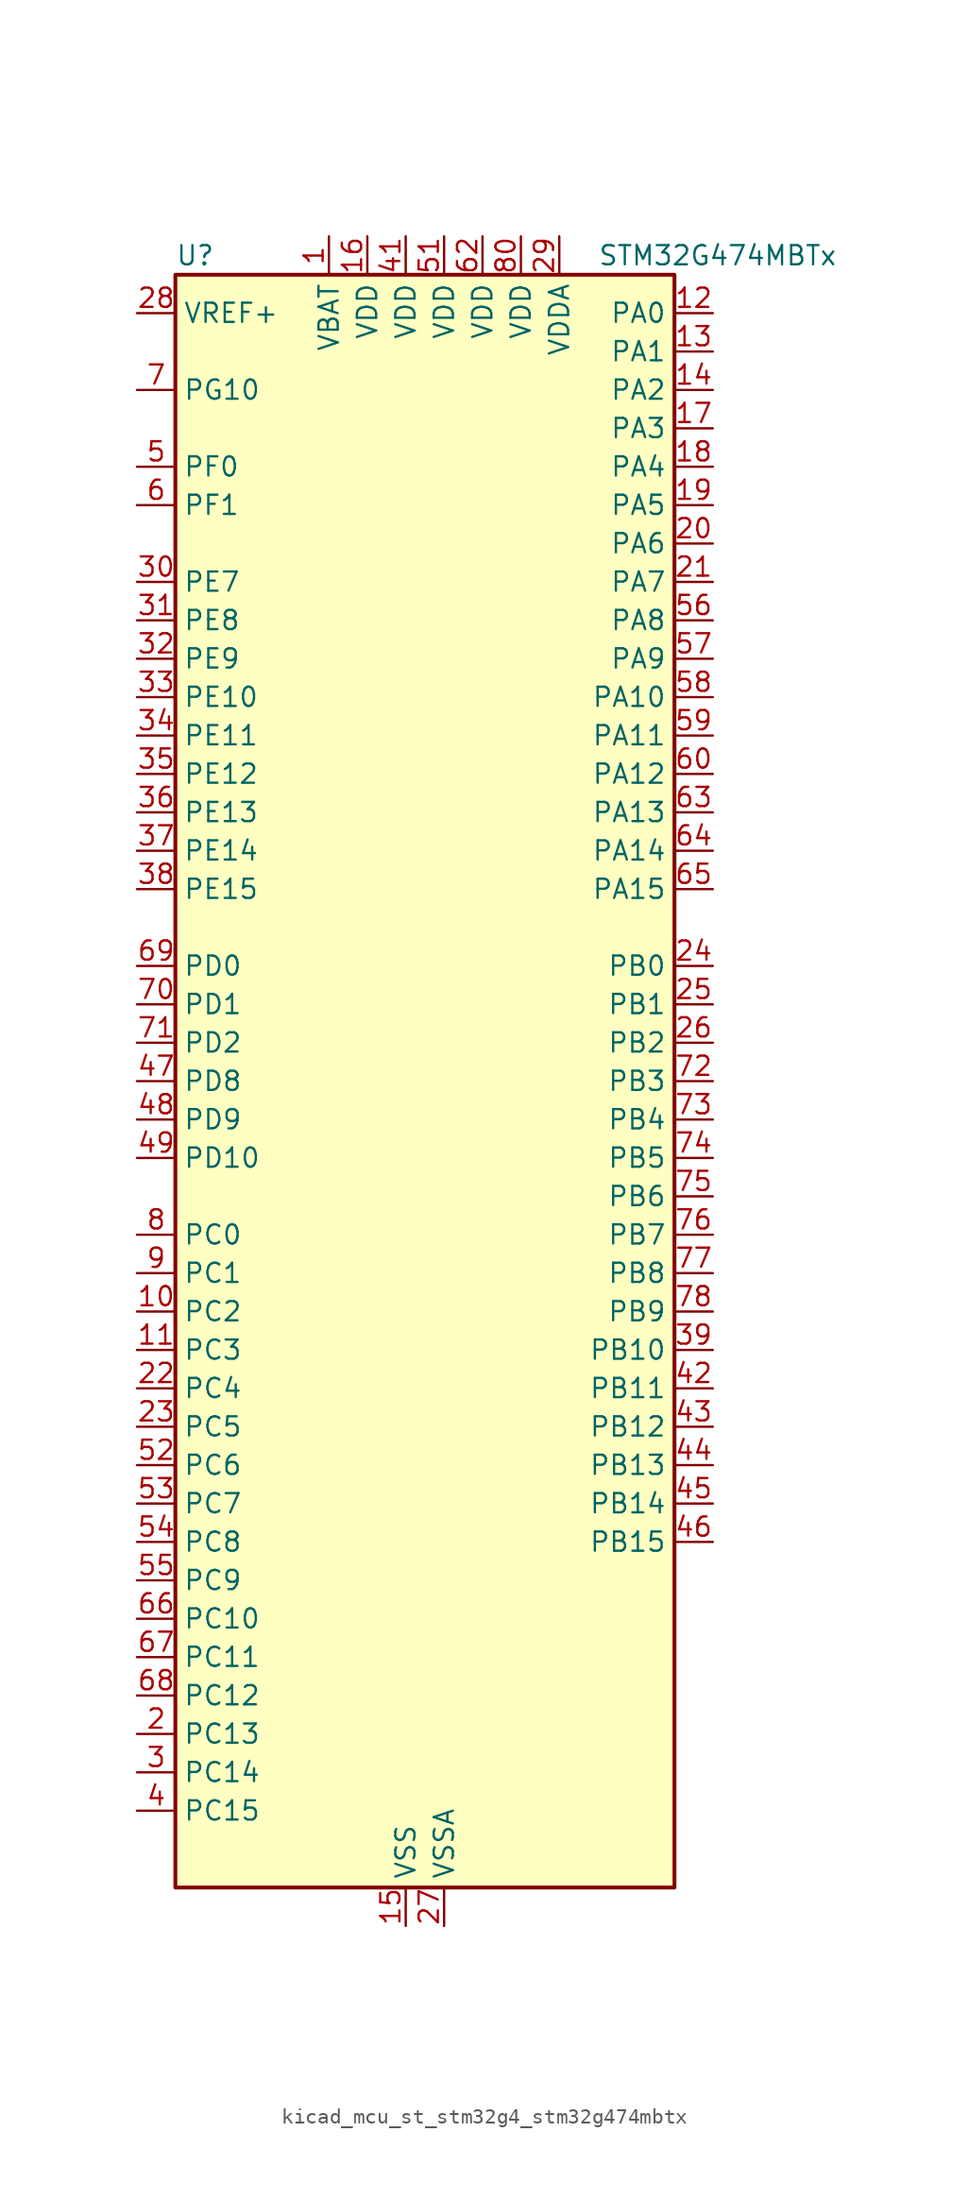
<source format=kicad_sym>
(kicad_symbol_lib
  (version 20220914)
  (generator kicad_symbol_editor)
  (symbol "kicad_mcu_st_stm32g4_stm32g474mbtx"
    (property "Reference" "U"
      (at -15.24 54.61 0)
      (effects (font (size 1.27 1.27)) (justify left)))
    (property "Value" "STM32G474MBTx"
      (at 12.7 54.61 0)
      (effects (font (size 1.27 1.27)) (justify left)))
    (property "ki_locked" ""
      (at 0 0 0)
      (effects (font (size 1.27 1.27))))
    (symbol "kicad_mcu_st_stm32g4_stm32g474mbtx_0_1"
      (rectangle (start -15.24 -53.34) (end 17.78 53.34) (stroke (width 0.254) (type default)) (fill (type background))))
    (symbol "kicad_mcu_st_stm32g4_stm32g474mbtx_1_1"
      (pin power_in line (at -5.08 55.88 270) (length 2.54) (name "VBAT" (effects (font (size 1.27 1.27)))) (number "1" (effects (font (size 1.27 1.27)))))
      (pin bidirectional line (at -17.78 -15.24 0) (length 2.54) (name "PC2" (effects (font (size 1.27 1.27)))) (number "10" (effects (font (size 1.27 1.27)))) (alternate "ADC1_IN8" bidirectional line) (alternate "ADC2_IN8" bidirectional line) (alternate "ADC3_EXTI2" bidirectional line) (alternate "ADC4_EXTI2" bidirectional line) (alternate "ADC5_EXTI2" bidirectional line) (alternate "COMP3_OUT" bidirectional line) (alternate "LPTIM1_IN2" bidirectional line) (alternate "QUADSPI1_BK2_IO1" bidirectional line) (alternate "TIM1_CH3" bidirectional line) (alternate "TIM20_CH2" bidirectional line))
      (pin bidirectional line (at -17.78 -17.78 0) (length 2.54) (name "PC3" (effects (font (size 1.27 1.27)))) (number "11" (effects (font (size 1.27 1.27)))) (alternate "ADC1_IN9" bidirectional line) (alternate "ADC2_IN9" bidirectional line) (alternate "ADC3_EXTI3" bidirectional line) (alternate "ADC4_EXTI3" bidirectional line) (alternate "ADC5_EXTI3" bidirectional line) (alternate "LPTIM1_ETR" bidirectional line) (alternate "OPAMP5_VINP" bidirectional line) (alternate "OPAMP5_VINP_SEC" bidirectional line) (alternate "QUADSPI1_BK2_IO2" bidirectional line) (alternate "SAI1_D1" bidirectional line) (alternate "SAI1_SD_A" bidirectional line) (alternate "TIM1_BKIN2" bidirectional line) (alternate "TIM1_CH4" bidirectional line))
      (pin bidirectional line (at 20.32 50.8 180) (length 2.54) (name "PA0" (effects (font (size 1.27 1.27)))) (number "12" (effects (font (size 1.27 1.27)))) (alternate "ADC1_IN1" bidirectional line) (alternate "ADC2_IN1" bidirectional line) (alternate "COMP1_INM" bidirectional line) (alternate "COMP1_OUT" bidirectional line) (alternate "COMP3_INP" bidirectional line) (alternate "RTC_TAMP2" bidirectional line) (alternate "SYS_WKUP1" bidirectional line) (alternate "TIM2_CH1" bidirectional line) (alternate "TIM2_ETR" bidirectional line) (alternate "TIM5_CH1" bidirectional line) (alternate "TIM8_BKIN" bidirectional line) (alternate "TIM8_ETR" bidirectional line) (alternate "USART2_CTS" bidirectional line) (alternate "USART2_NSS" bidirectional line))
      (pin bidirectional line (at 20.32 48.26 180) (length 2.54) (name "PA1" (effects (font (size 1.27 1.27)))) (number "13" (effects (font (size 1.27 1.27)))) (alternate "ADC1_IN2" bidirectional line) (alternate "ADC2_IN2" bidirectional line) (alternate "COMP1_INP" bidirectional line) (alternate "OPAMP1_VINP" bidirectional line) (alternate "OPAMP1_VINP_SEC" bidirectional line) (alternate "OPAMP3_VINP" bidirectional line) (alternate "OPAMP3_VINP_SEC" bidirectional line) (alternate "OPAMP6_VINM" bidirectional line) (alternate "OPAMP6_VINM0" bidirectional line) (alternate "OPAMP6_VINM_SEC" bidirectional line) (alternate "RTC_REFIN" bidirectional line) (alternate "TIM15_CH1N" bidirectional line) (alternate "TIM2_CH2" bidirectional line) (alternate "TIM5_CH2" bidirectional line) (alternate "USART2_DE" bidirectional line) (alternate "USART2_RTS" bidirectional line))
      (pin bidirectional line (at 20.32 45.72 180) (length 2.54) (name "PA2" (effects (font (size 1.27 1.27)))) (number "14" (effects (font (size 1.27 1.27)))) (alternate "ADC1_IN3" bidirectional line) (alternate "ADC3_EXTI2" bidirectional line) (alternate "ADC4_EXTI2" bidirectional line) (alternate "ADC5_EXTI2" bidirectional line) (alternate "COMP2_INM" bidirectional line) (alternate "COMP2_OUT" bidirectional line) (alternate "LPUART1_TX" bidirectional line) (alternate "OPAMP1_VOUT" bidirectional line) (alternate "QUADSPI1_BK1_NCS" bidirectional line) (alternate "RCC_LSCO" bidirectional line) (alternate "SYS_WKUP4" bidirectional line) (alternate "TIM15_CH1" bidirectional line) (alternate "TIM2_CH3" bidirectional line) (alternate "TIM5_CH3" bidirectional line) (alternate "UCPD1_FRSTX1" bidirectional line) (alternate "UCPD1_FRSTX2" bidirectional line) (alternate "USART2_TX" bidirectional line))
      (pin power_in line (at 0 -55.88 90) (length 2.54) (name "VSS" (effects (font (size 1.27 1.27)))) (number "15" (effects (font (size 1.27 1.27)))))
      (pin power_in line (at -2.54 55.88 270) (length 2.54) (name "VDD" (effects (font (size 1.27 1.27)))) (number "16" (effects (font (size 1.27 1.27)))))
      (pin bidirectional line (at 20.32 43.18 180) (length 2.54) (name "PA3" (effects (font (size 1.27 1.27)))) (number "17" (effects (font (size 1.27 1.27)))) (alternate "ADC1_IN4" bidirectional line) (alternate "ADC3_EXTI3" bidirectional line) (alternate "ADC4_EXTI3" bidirectional line) (alternate "ADC5_EXTI3" bidirectional line) (alternate "COMP2_INP" bidirectional line) (alternate "LPUART1_RX" bidirectional line) (alternate "OPAMP1_VINM" bidirectional line) (alternate "OPAMP1_VINM0" bidirectional line) (alternate "OPAMP1_VINM_SEC" bidirectional line) (alternate "OPAMP1_VINP" bidirectional line) (alternate "OPAMP1_VINP_SEC" bidirectional line) (alternate "OPAMP5_VINM" bidirectional line) (alternate "OPAMP5_VINM1" bidirectional line) (alternate "OPAMP5_VINM_SEC" bidirectional line) (alternate "QUADSPI1_CLK" bidirectional line) (alternate "SAI1_CK1" bidirectional line) (alternate "SAI1_MCLK_A" bidirectional line) (alternate "TIM15_CH2" bidirectional line) (alternate "TIM2_CH4" bidirectional line) (alternate "TIM5_CH4" bidirectional line) (alternate "USART2_RX" bidirectional line))
      (pin bidirectional line (at 20.32 40.64 180) (length 2.54) (name "PA4" (effects (font (size 1.27 1.27)))) (number "18" (effects (font (size 1.27 1.27)))) (alternate "ADC2_IN17" bidirectional line) (alternate "COMP1_INM" bidirectional line) (alternate "DAC1_OUT1" bidirectional line) (alternate "I2S3_WS" bidirectional line) (alternate "SAI1_FS_B" bidirectional line) (alternate "SPI1_NSS" bidirectional line) (alternate "SPI3_NSS" bidirectional line) (alternate "TIM3_CH2" bidirectional line) (alternate "USART2_CK" bidirectional line))
      (pin bidirectional line (at 20.32 38.1 180) (length 2.54) (name "PA5" (effects (font (size 1.27 1.27)))) (number "19" (effects (font (size 1.27 1.27)))) (alternate "ADC2_IN13" bidirectional line) (alternate "COMP2_INM" bidirectional line) (alternate "DAC1_OUT2" bidirectional line) (alternate "OPAMP2_VINM" bidirectional line) (alternate "OPAMP2_VINM0" bidirectional line) (alternate "OPAMP2_VINM_SEC" bidirectional line) (alternate "SPI1_SCK" bidirectional line) (alternate "TIM2_CH1" bidirectional line) (alternate "TIM2_ETR" bidirectional line) (alternate "UCPD1_FRSTX1" bidirectional line) (alternate "UCPD1_FRSTX2" bidirectional line))
      (pin bidirectional line (at -17.78 -43.18 0) (length 2.54) (name "PC13" (effects (font (size 1.27 1.27)))) (number "2" (effects (font (size 1.27 1.27)))) (alternate "RTC_OUT1" bidirectional line) (alternate "RTC_TAMP1" bidirectional line) (alternate "RTC_TS" bidirectional line) (alternate "SYS_WKUP2" bidirectional line) (alternate "TIM1_BKIN" bidirectional line) (alternate "TIM1_CH1N" bidirectional line) (alternate "TIM8_CH4N" bidirectional line))
      (pin bidirectional line (at 20.32 35.56 180) (length 2.54) (name "PA6" (effects (font (size 1.27 1.27)))) (number "20" (effects (font (size 1.27 1.27)))) (alternate "ADC2_IN3" bidirectional line) (alternate "COMP1_OUT" bidirectional line) (alternate "DAC2_OUT1" bidirectional line) (alternate "LPUART1_CTS" bidirectional line) (alternate "OPAMP2_VOUT" bidirectional line) (alternate "QUADSPI1_BK1_IO3" bidirectional line) (alternate "SPI1_MISO" bidirectional line) (alternate "TIM16_CH1" bidirectional line) (alternate "TIM1_BKIN" bidirectional line) (alternate "TIM3_CH1" bidirectional line) (alternate "TIM8_BKIN" bidirectional line))
      (pin bidirectional line (at 20.32 33.02 180) (length 2.54) (name "PA7" (effects (font (size 1.27 1.27)))) (number "21" (effects (font (size 1.27 1.27)))) (alternate "ADC2_IN4" bidirectional line) (alternate "COMP2_INP" bidirectional line) (alternate "COMP2_OUT" bidirectional line) (alternate "OPAMP1_VINP" bidirectional line) (alternate "OPAMP1_VINP_SEC" bidirectional line) (alternate "OPAMP2_VINP" bidirectional line) (alternate "OPAMP2_VINP_SEC" bidirectional line) (alternate "QUADSPI1_BK1_IO2" bidirectional line) (alternate "SPI1_MOSI" bidirectional line) (alternate "TIM17_CH1" bidirectional line) (alternate "TIM1_CH1N" bidirectional line) (alternate "TIM3_CH2" bidirectional line) (alternate "TIM8_CH1N" bidirectional line) (alternate "UCPD1_FRSTX1" bidirectional line) (alternate "UCPD1_FRSTX2" bidirectional line))
      (pin bidirectional line (at -17.78 -20.32 0) (length 2.54) (name "PC4" (effects (font (size 1.27 1.27)))) (number "22" (effects (font (size 1.27 1.27)))) (alternate "ADC2_IN5" bidirectional line) (alternate "I2C2_SCL" bidirectional line) (alternate "QUADSPI1_BK2_IO3" bidirectional line) (alternate "TIM1_ETR" bidirectional line) (alternate "USART1_TX" bidirectional line))
      (pin bidirectional line (at -17.78 -22.86 0) (length 2.54) (name "PC5" (effects (font (size 1.27 1.27)))) (number "23" (effects (font (size 1.27 1.27)))) (alternate "ADC2_IN11" bidirectional line) (alternate "HRTIM1_EEV10" bidirectional line) (alternate "OPAMP1_VINM" bidirectional line) (alternate "OPAMP1_VINM1" bidirectional line) (alternate "OPAMP1_VINM_SEC" bidirectional line) (alternate "OPAMP2_VINM" bidirectional line) (alternate "OPAMP2_VINM1" bidirectional line) (alternate "OPAMP2_VINM_SEC" bidirectional line) (alternate "SAI1_D3" bidirectional line) (alternate "SYS_WKUP5" bidirectional line) (alternate "TIM15_BKIN" bidirectional line) (alternate "TIM1_CH4N" bidirectional line) (alternate "USART1_RX" bidirectional line))
      (pin bidirectional line (at 20.32 7.62 180) (length 2.54) (name "PB0" (effects (font (size 1.27 1.27)))) (number "24" (effects (font (size 1.27 1.27)))) (alternate "ADC1_IN15" bidirectional line) (alternate "ADC3_IN12" bidirectional line) (alternate "COMP4_INP" bidirectional line) (alternate "HRTIM1_FLT5" bidirectional line) (alternate "OPAMP2_VINP" bidirectional line) (alternate "OPAMP2_VINP_SEC" bidirectional line) (alternate "OPAMP3_VINP" bidirectional line) (alternate "OPAMP3_VINP_SEC" bidirectional line) (alternate "QUADSPI1_BK1_IO1" bidirectional line) (alternate "TIM1_CH2N" bidirectional line) (alternate "TIM3_CH3" bidirectional line) (alternate "TIM8_CH2N" bidirectional line) (alternate "UCPD1_FRSTX1" bidirectional line) (alternate "UCPD1_FRSTX2" bidirectional line))
      (pin bidirectional line (at 20.32 5.08 180) (length 2.54) (name "PB1" (effects (font (size 1.27 1.27)))) (number "25" (effects (font (size 1.27 1.27)))) (alternate "ADC1_IN12" bidirectional line) (alternate "ADC3_IN1" bidirectional line) (alternate "COMP1_INP" bidirectional line) (alternate "COMP4_OUT" bidirectional line) (alternate "HRTIM1_SCOUT" bidirectional line) (alternate "LPUART1_DE" bidirectional line) (alternate "LPUART1_RTS" bidirectional line) (alternate "OPAMP3_VOUT" bidirectional line) (alternate "OPAMP6_VINM" bidirectional line) (alternate "OPAMP6_VINM1" bidirectional line) (alternate "OPAMP6_VINM_SEC" bidirectional line) (alternate "QUADSPI1_BK1_IO0" bidirectional line) (alternate "TIM1_CH3N" bidirectional line) (alternate "TIM3_CH4" bidirectional line) (alternate "TIM8_CH3N" bidirectional line))
      (pin bidirectional line (at 20.32 2.54 180) (length 2.54) (name "PB2" (effects (font (size 1.27 1.27)))) (number "26" (effects (font (size 1.27 1.27)))) (alternate "ADC2_IN12" bidirectional line) (alternate "ADC3_EXTI2" bidirectional line) (alternate "ADC4_EXTI2" bidirectional line) (alternate "ADC5_EXTI2" bidirectional line) (alternate "COMP4_INM" bidirectional line) (alternate "HRTIM1_SCIN" bidirectional line) (alternate "I2C3_SMBA" bidirectional line) (alternate "LPTIM1_OUT" bidirectional line) (alternate "OPAMP3_VINM" bidirectional line) (alternate "OPAMP3_VINM0" bidirectional line) (alternate "OPAMP3_VINM_SEC" bidirectional line) (alternate "QUADSPI1_BK2_IO1" bidirectional line) (alternate "RTC_OUT2" bidirectional line) (alternate "TIM20_CH1" bidirectional line) (alternate "TIM5_CH1" bidirectional line))
      (pin power_in line (at 2.54 -55.88 90) (length 2.54) (name "VSSA" (effects (font (size 1.27 1.27)))) (number "27" (effects (font (size 1.27 1.27)))))
      (pin input line (at -17.78 50.8 0) (length 2.54) (name "VREF+" (effects (font (size 1.27 1.27)))) (number "28" (effects (font (size 1.27 1.27)))) (alternate "VREFBUF_OUT" bidirectional line))
      (pin power_in line (at 10.16 55.88 270) (length 2.54) (name "VDDA" (effects (font (size 1.27 1.27)))) (number "29" (effects (font (size 1.27 1.27)))))
      (pin bidirectional line (at -17.78 -45.72 0) (length 2.54) (name "PC14" (effects (font (size 1.27 1.27)))) (number "3" (effects (font (size 1.27 1.27)))) (alternate "RCC_OSC32_IN" bidirectional line))
      (pin bidirectional line (at -17.78 33.02 0) (length 2.54) (name "PE7" (effects (font (size 1.27 1.27)))) (number "30" (effects (font (size 1.27 1.27)))) (alternate "ADC3_IN4" bidirectional line) (alternate "COMP4_INP" bidirectional line) (alternate "SAI1_SD_B" bidirectional line) (alternate "TIM1_ETR" bidirectional line))
      (pin bidirectional line (at -17.78 30.48 0) (length 2.54) (name "PE8" (effects (font (size 1.27 1.27)))) (number "31" (effects (font (size 1.27 1.27)))) (alternate "ADC3_IN6" bidirectional line) (alternate "ADC4_IN6" bidirectional line) (alternate "ADC5_IN6" bidirectional line) (alternate "COMP4_INM" bidirectional line) (alternate "SAI1_SCK_B" bidirectional line) (alternate "TIM1_CH1N" bidirectional line) (alternate "TIM5_CH3" bidirectional line))
      (pin bidirectional line (at -17.78 27.94 0) (length 2.54) (name "PE9" (effects (font (size 1.27 1.27)))) (number "32" (effects (font (size 1.27 1.27)))) (alternate "ADC3_IN2" bidirectional line) (alternate "DAC1_EXTI9" bidirectional line) (alternate "DAC2_EXTI9" bidirectional line) (alternate "DAC3_EXTI9" bidirectional line) (alternate "DAC4_EXTI9" bidirectional line) (alternate "SAI1_FS_B" bidirectional line) (alternate "TIM1_CH1" bidirectional line) (alternate "TIM5_CH4" bidirectional line))
      (pin bidirectional line (at -17.78 25.4 0) (length 2.54) (name "PE10" (effects (font (size 1.27 1.27)))) (number "33" (effects (font (size 1.27 1.27)))) (alternate "ADC3_IN14" bidirectional line) (alternate "ADC4_IN14" bidirectional line) (alternate "ADC5_IN14" bidirectional line) (alternate "DAC1_EXTI10" bidirectional line) (alternate "DAC2_EXTI10" bidirectional line) (alternate "DAC3_EXTI10" bidirectional line) (alternate "DAC4_EXTI10" bidirectional line) (alternate "QUADSPI1_CLK" bidirectional line) (alternate "SAI1_MCLK_B" bidirectional line) (alternate "TIM1_CH2N" bidirectional line))
      (pin bidirectional line (at -17.78 22.86 0) (length 2.54) (name "PE11" (effects (font (size 1.27 1.27)))) (number "34" (effects (font (size 1.27 1.27)))) (alternate "ADC1_EXTI11" bidirectional line) (alternate "ADC2_EXTI11" bidirectional line) (alternate "ADC3_IN15" bidirectional line) (alternate "ADC4_IN15" bidirectional line) (alternate "ADC5_IN15" bidirectional line) (alternate "QUADSPI1_BK1_NCS" bidirectional line) (alternate "SPI4_NSS" bidirectional line) (alternate "TIM1_CH2" bidirectional line))
      (pin bidirectional line (at -17.78 20.32 0) (length 2.54) (name "PE12" (effects (font (size 1.27 1.27)))) (number "35" (effects (font (size 1.27 1.27)))) (alternate "ADC3_IN16" bidirectional line) (alternate "ADC4_IN16" bidirectional line) (alternate "ADC5_IN16" bidirectional line) (alternate "QUADSPI1_BK1_IO0" bidirectional line) (alternate "SPI4_SCK" bidirectional line) (alternate "TIM1_CH3N" bidirectional line))
      (pin bidirectional line (at -17.78 17.78 0) (length 2.54) (name "PE13" (effects (font (size 1.27 1.27)))) (number "36" (effects (font (size 1.27 1.27)))) (alternate "ADC3_IN3" bidirectional line) (alternate "QUADSPI1_BK1_IO1" bidirectional line) (alternate "SPI4_MISO" bidirectional line) (alternate "TIM1_CH3" bidirectional line))
      (pin bidirectional line (at -17.78 15.24 0) (length 2.54) (name "PE14" (effects (font (size 1.27 1.27)))) (number "37" (effects (font (size 1.27 1.27)))) (alternate "ADC4_IN1" bidirectional line) (alternate "QUADSPI1_BK1_IO2" bidirectional line) (alternate "SPI4_MOSI" bidirectional line) (alternate "TIM1_BKIN2" bidirectional line) (alternate "TIM1_CH4" bidirectional line))
      (pin bidirectional line (at -17.78 12.7 0) (length 2.54) (name "PE15" (effects (font (size 1.27 1.27)))) (number "38" (effects (font (size 1.27 1.27)))) (alternate "ADC1_EXTI15" bidirectional line) (alternate "ADC2_EXTI15" bidirectional line) (alternate "ADC4_IN2" bidirectional line) (alternate "QUADSPI1_BK1_IO3" bidirectional line) (alternate "TIM1_BKIN" bidirectional line) (alternate "TIM1_CH4N" bidirectional line) (alternate "USART3_RX" bidirectional line))
      (pin bidirectional line (at 20.32 -17.78 180) (length 2.54) (name "PB10" (effects (font (size 1.27 1.27)))) (number "39" (effects (font (size 1.27 1.27)))) (alternate "COMP5_INM" bidirectional line) (alternate "DAC1_EXTI10" bidirectional line) (alternate "DAC2_EXTI10" bidirectional line) (alternate "DAC3_EXTI10" bidirectional line) (alternate "DAC4_EXTI10" bidirectional line) (alternate "HRTIM1_FLT3" bidirectional line) (alternate "LPUART1_RX" bidirectional line) (alternate "OPAMP3_VINM" bidirectional line) (alternate "OPAMP3_VINM1" bidirectional line) (alternate "OPAMP3_VINM_SEC" bidirectional line) (alternate "OPAMP4_VINM" bidirectional line) (alternate "OPAMP4_VINM0" bidirectional line) (alternate "OPAMP4_VINM_SEC" bidirectional line) (alternate "QUADSPI1_CLK" bidirectional line) (alternate "SAI1_SCK_A" bidirectional line) (alternate "TIM1_BKIN" bidirectional line) (alternate "TIM2_CH3" bidirectional line) (alternate "USART3_TX" bidirectional line))
      (pin bidirectional line (at -17.78 -48.26 0) (length 2.54) (name "PC15" (effects (font (size 1.27 1.27)))) (number "4" (effects (font (size 1.27 1.27)))) (alternate "ADC1_EXTI15" bidirectional line) (alternate "ADC2_EXTI15" bidirectional line) (alternate "RCC_OSC32_OUT" bidirectional line))
      (pin passive line (at 0 -55.88 90) (length 2.54) hide (name "VSS" (effects (font (size 1.27 1.27)))) (number "40" (effects (font (size 1.27 1.27)))))
      (pin power_in line (at 0 55.88 270) (length 2.54) (name "VDD" (effects (font (size 1.27 1.27)))) (number "41" (effects (font (size 1.27 1.27)))))
      (pin bidirectional line (at 20.32 -20.32 180) (length 2.54) (name "PB11" (effects (font (size 1.27 1.27)))) (number "42" (effects (font (size 1.27 1.27)))) (alternate "ADC1_EXTI11" bidirectional line) (alternate "ADC1_IN14" bidirectional line) (alternate "ADC2_EXTI11" bidirectional line) (alternate "ADC2_IN14" bidirectional line) (alternate "COMP6_INP" bidirectional line) (alternate "HRTIM1_FLT4" bidirectional line) (alternate "LPUART1_TX" bidirectional line) (alternate "OPAMP4_VINP" bidirectional line) (alternate "OPAMP4_VINP_SEC" bidirectional line) (alternate "OPAMP6_VOUT" bidirectional line) (alternate "QUADSPI1_BK1_NCS" bidirectional line) (alternate "TIM2_CH4" bidirectional line) (alternate "USART3_RX" bidirectional line))
      (pin bidirectional line (at 20.32 -22.86 180) (length 2.54) (name "PB12" (effects (font (size 1.27 1.27)))) (number "43" (effects (font (size 1.27 1.27)))) (alternate "ADC1_IN11" bidirectional line) (alternate "ADC4_IN3" bidirectional line) (alternate "COMP7_INM" bidirectional line) (alternate "FDCAN2_RX" bidirectional line) (alternate "HRTIM1_CHC1" bidirectional line) (alternate "I2C2_SMBA" bidirectional line) (alternate "I2S2_WS" bidirectional line) (alternate "LPUART1_DE" bidirectional line) (alternate "LPUART1_RTS" bidirectional line) (alternate "OPAMP4_VOUT" bidirectional line) (alternate "OPAMP6_VINP" bidirectional line) (alternate "OPAMP6_VINP_SEC" bidirectional line) (alternate "SPI2_NSS" bidirectional line) (alternate "TIM1_BKIN" bidirectional line) (alternate "TIM5_ETR" bidirectional line) (alternate "USART3_CK" bidirectional line))
      (pin bidirectional line (at 20.32 -25.4 180) (length 2.54) (name "PB13" (effects (font (size 1.27 1.27)))) (number "44" (effects (font (size 1.27 1.27)))) (alternate "ADC3_IN5" bidirectional line) (alternate "COMP5_INP" bidirectional line) (alternate "FDCAN2_TX" bidirectional line) (alternate "HRTIM1_CHC2" bidirectional line) (alternate "I2S2_CK" bidirectional line) (alternate "LPUART1_CTS" bidirectional line) (alternate "OPAMP3_VINP" bidirectional line) (alternate "OPAMP3_VINP_SEC" bidirectional line) (alternate "OPAMP4_VINP" bidirectional line) (alternate "OPAMP4_VINP_SEC" bidirectional line) (alternate "OPAMP6_VINP" bidirectional line) (alternate "OPAMP6_VINP_SEC" bidirectional line) (alternate "SPI2_SCK" bidirectional line) (alternate "TIM1_CH1N" bidirectional line) (alternate "USART3_CTS" bidirectional line) (alternate "USART3_NSS" bidirectional line))
      (pin bidirectional line (at 20.32 -27.94 180) (length 2.54) (name "PB14" (effects (font (size 1.27 1.27)))) (number "45" (effects (font (size 1.27 1.27)))) (alternate "ADC1_IN5" bidirectional line) (alternate "ADC4_IN4" bidirectional line) (alternate "COMP4_OUT" bidirectional line) (alternate "COMP7_INP" bidirectional line) (alternate "HRTIM1_CHD1" bidirectional line) (alternate "OPAMP2_VINP" bidirectional line) (alternate "OPAMP2_VINP_SEC" bidirectional line) (alternate "OPAMP5_VINP" bidirectional line) (alternate "OPAMP5_VINP_SEC" bidirectional line) (alternate "SPI2_MISO" bidirectional line) (alternate "TIM15_CH1" bidirectional line) (alternate "TIM1_CH2N" bidirectional line) (alternate "USART3_DE" bidirectional line) (alternate "USART3_RTS" bidirectional line))
      (pin bidirectional line (at 20.32 -30.48 180) (length 2.54) (name "PB15" (effects (font (size 1.27 1.27)))) (number "46" (effects (font (size 1.27 1.27)))) (alternate "ADC1_EXTI15" bidirectional line) (alternate "ADC2_EXTI15" bidirectional line) (alternate "ADC2_IN15" bidirectional line) (alternate "ADC4_IN5" bidirectional line) (alternate "COMP3_OUT" bidirectional line) (alternate "COMP6_INM" bidirectional line) (alternate "HRTIM1_CHD2" bidirectional line) (alternate "I2S2_SD" bidirectional line) (alternate "OPAMP5_VINM" bidirectional line) (alternate "OPAMP5_VINM0" bidirectional line) (alternate "OPAMP5_VINM_SEC" bidirectional line) (alternate "RTC_REFIN" bidirectional line) (alternate "SPI2_MOSI" bidirectional line) (alternate "TIM15_CH1N" bidirectional line) (alternate "TIM15_CH2" bidirectional line) (alternate "TIM1_CH3N" bidirectional line))
      (pin bidirectional line (at -17.78 0 0) (length 2.54) (name "PD8" (effects (font (size 1.27 1.27)))) (number "47" (effects (font (size 1.27 1.27)))) (alternate "ADC4_IN12" bidirectional line) (alternate "ADC5_IN12" bidirectional line) (alternate "OPAMP4_VINM" bidirectional line) (alternate "OPAMP4_VINM1" bidirectional line) (alternate "OPAMP4_VINM_SEC" bidirectional line) (alternate "USART3_TX" bidirectional line))
      (pin bidirectional line (at -17.78 -2.54 0) (length 2.54) (name "PD9" (effects (font (size 1.27 1.27)))) (number "48" (effects (font (size 1.27 1.27)))) (alternate "ADC4_IN13" bidirectional line) (alternate "ADC5_IN13" bidirectional line) (alternate "DAC1_EXTI9" bidirectional line) (alternate "DAC2_EXTI9" bidirectional line) (alternate "DAC3_EXTI9" bidirectional line) (alternate "DAC4_EXTI9" bidirectional line) (alternate "OPAMP6_VINP" bidirectional line) (alternate "OPAMP6_VINP_SEC" bidirectional line) (alternate "USART3_RX" bidirectional line))
      (pin bidirectional line (at -17.78 -5.08 0) (length 2.54) (name "PD10" (effects (font (size 1.27 1.27)))) (number "49" (effects (font (size 1.27 1.27)))) (alternate "ADC3_IN7" bidirectional line) (alternate "ADC4_IN7" bidirectional line) (alternate "ADC5_IN7" bidirectional line) (alternate "COMP6_INM" bidirectional line) (alternate "DAC1_EXTI10" bidirectional line) (alternate "DAC2_EXTI10" bidirectional line) (alternate "DAC3_EXTI10" bidirectional line) (alternate "DAC4_EXTI10" bidirectional line) (alternate "USART3_CK" bidirectional line))
      (pin bidirectional line (at -17.78 40.64 0) (length 2.54) (name "PF0" (effects (font (size 1.27 1.27)))) (number "5" (effects (font (size 1.27 1.27)))) (alternate "ADC1_IN10" bidirectional line) (alternate "I2C2_SDA" bidirectional line) (alternate "I2S2_WS" bidirectional line) (alternate "RCC_OSC_IN" bidirectional line) (alternate "SPI2_NSS" bidirectional line) (alternate "TIM1_CH3N" bidirectional line))
      (pin passive line (at 0 -55.88 90) (length 2.54) hide (name "VSS" (effects (font (size 1.27 1.27)))) (number "50" (effects (font (size 1.27 1.27)))))
      (pin power_in line (at 2.54 55.88 270) (length 2.54) (name "VDD" (effects (font (size 1.27 1.27)))) (number "51" (effects (font (size 1.27 1.27)))))
      (pin bidirectional line (at -17.78 -25.4 0) (length 2.54) (name "PC6" (effects (font (size 1.27 1.27)))) (number "52" (effects (font (size 1.27 1.27)))) (alternate "COMP6_OUT" bidirectional line) (alternate "HRTIM1_CHF1" bidirectional line) (alternate "HRTIM1_EEV10" bidirectional line) (alternate "I2C4_SCL" bidirectional line) (alternate "I2S2_MCK" bidirectional line) (alternate "TIM3_CH1" bidirectional line) (alternate "TIM8_CH1" bidirectional line))
      (pin bidirectional line (at -17.78 -27.94 0) (length 2.54) (name "PC7" (effects (font (size 1.27 1.27)))) (number "53" (effects (font (size 1.27 1.27)))) (alternate "COMP5_OUT" bidirectional line) (alternate "HRTIM1_CHF2" bidirectional line) (alternate "HRTIM1_FLT5" bidirectional line) (alternate "I2C4_SDA" bidirectional line) (alternate "I2S3_MCK" bidirectional line) (alternate "TIM3_CH2" bidirectional line) (alternate "TIM8_CH2" bidirectional line))
      (pin bidirectional line (at -17.78 -30.48 0) (length 2.54) (name "PC8" (effects (font (size 1.27 1.27)))) (number "54" (effects (font (size 1.27 1.27)))) (alternate "COMP7_OUT" bidirectional line) (alternate "HRTIM1_CHE1" bidirectional line) (alternate "I2C3_SCL" bidirectional line) (alternate "TIM20_CH3" bidirectional line) (alternate "TIM3_CH3" bidirectional line) (alternate "TIM8_CH3" bidirectional line))
      (pin bidirectional line (at -17.78 -33.02 0) (length 2.54) (name "PC9" (effects (font (size 1.27 1.27)))) (number "55" (effects (font (size 1.27 1.27)))) (alternate "DAC1_EXTI9" bidirectional line) (alternate "DAC2_EXTI9" bidirectional line) (alternate "DAC3_EXTI9" bidirectional line) (alternate "DAC4_EXTI9" bidirectional line) (alternate "HRTIM1_CHE2" bidirectional line) (alternate "I2C3_SDA" bidirectional line) (alternate "I2S_CKIN" bidirectional line) (alternate "TIM3_CH4" bidirectional line) (alternate "TIM8_BKIN2" bidirectional line) (alternate "TIM8_CH4" bidirectional line))
      (pin bidirectional line (at 20.32 30.48 180) (length 2.54) (name "PA8" (effects (font (size 1.27 1.27)))) (number "56" (effects (font (size 1.27 1.27)))) (alternate "ADC5_IN1" bidirectional line) (alternate "COMP7_OUT" bidirectional line) (alternate "FDCAN3_RX" bidirectional line) (alternate "HRTIM1_CHA1" bidirectional line) (alternate "I2C2_SDA" bidirectional line) (alternate "I2C3_SCL" bidirectional line) (alternate "I2S2_MCK" bidirectional line) (alternate "OPAMP5_VOUT" bidirectional line) (alternate "RCC_MCO" bidirectional line) (alternate "SAI1_CK2" bidirectional line) (alternate "SAI1_SCK_A" bidirectional line) (alternate "TIM1_CH1" bidirectional line) (alternate "TIM4_ETR" bidirectional line) (alternate "USART1_CK" bidirectional line))
      (pin bidirectional line (at 20.32 27.94 180) (length 2.54) (name "PA9" (effects (font (size 1.27 1.27)))) (number "57" (effects (font (size 1.27 1.27)))) (alternate "ADC5_IN2" bidirectional line) (alternate "COMP5_OUT" bidirectional line) (alternate "DAC1_EXTI9" bidirectional line) (alternate "DAC2_EXTI9" bidirectional line) (alternate "DAC3_EXTI9" bidirectional line) (alternate "DAC4_EXTI9" bidirectional line) (alternate "HRTIM1_CHA2" bidirectional line) (alternate "I2C2_SCL" bidirectional line) (alternate "I2C3_SMBA" bidirectional line) (alternate "I2S3_MCK" bidirectional line) (alternate "SAI1_FS_A" bidirectional line) (alternate "TIM15_BKIN" bidirectional line) (alternate "TIM1_CH2" bidirectional line) (alternate "TIM2_CH3" bidirectional line) (alternate "UCPD1_DBCC1" bidirectional line) (alternate "USART1_TX" bidirectional line))
      (pin bidirectional line (at 20.32 25.4 180) (length 2.54) (name "PA10" (effects (font (size 1.27 1.27)))) (number "58" (effects (font (size 1.27 1.27)))) (alternate "COMP6_OUT" bidirectional line) (alternate "CRS_SYNC" bidirectional line) (alternate "DAC1_EXTI10" bidirectional line) (alternate "DAC2_EXTI10" bidirectional line) (alternate "DAC3_EXTI10" bidirectional line) (alternate "DAC4_EXTI10" bidirectional line) (alternate "HRTIM1_CHB1" bidirectional line) (alternate "I2C2_SMBA" bidirectional line) (alternate "SAI1_D1" bidirectional line) (alternate "SAI1_SD_A" bidirectional line) (alternate "SPI2_MISO" bidirectional line) (alternate "TIM17_BKIN" bidirectional line) (alternate "TIM1_CH3" bidirectional line) (alternate "TIM2_CH4" bidirectional line) (alternate "TIM8_BKIN" bidirectional line) (alternate "UCPD1_DBCC2" bidirectional line) (alternate "USART1_RX" bidirectional line))
      (pin bidirectional line (at 20.32 22.86 180) (length 2.54) (name "PA11" (effects (font (size 1.27 1.27)))) (number "59" (effects (font (size 1.27 1.27)))) (alternate "ADC1_EXTI11" bidirectional line) (alternate "ADC2_EXTI11" bidirectional line) (alternate "COMP1_OUT" bidirectional line) (alternate "FDCAN1_RX" bidirectional line) (alternate "HRTIM1_CHB2" bidirectional line) (alternate "I2S2_SD" bidirectional line) (alternate "SPI2_MOSI" bidirectional line) (alternate "TIM1_BKIN2" bidirectional line) (alternate "TIM1_CH1N" bidirectional line) (alternate "TIM1_CH4" bidirectional line) (alternate "TIM4_CH1" bidirectional line) (alternate "USART1_CTS" bidirectional line) (alternate "USART1_NSS" bidirectional line) (alternate "USB_DM" bidirectional line))
      (pin bidirectional line (at -17.78 38.1 0) (length 2.54) (name "PF1" (effects (font (size 1.27 1.27)))) (number "6" (effects (font (size 1.27 1.27)))) (alternate "ADC2_IN10" bidirectional line) (alternate "COMP3_INM" bidirectional line) (alternate "I2S2_CK" bidirectional line) (alternate "RCC_OSC_OUT" bidirectional line) (alternate "SPI2_SCK" bidirectional line))
      (pin bidirectional line (at 20.32 20.32 180) (length 2.54) (name "PA12" (effects (font (size 1.27 1.27)))) (number "60" (effects (font (size 1.27 1.27)))) (alternate "COMP2_OUT" bidirectional line) (alternate "FDCAN1_TX" bidirectional line) (alternate "HRTIM1_FLT1" bidirectional line) (alternate "I2S_CKIN" bidirectional line) (alternate "TIM16_CH1" bidirectional line) (alternate "TIM1_CH2N" bidirectional line) (alternate "TIM1_ETR" bidirectional line) (alternate "TIM4_CH2" bidirectional line) (alternate "USART1_DE" bidirectional line) (alternate "USART1_RTS" bidirectional line) (alternate "USB_DP" bidirectional line))
      (pin passive line (at 0 -55.88 90) (length 2.54) hide (name "VSS" (effects (font (size 1.27 1.27)))) (number "61" (effects (font (size 1.27 1.27)))))
      (pin power_in line (at 5.08 55.88 270) (length 2.54) (name "VDD" (effects (font (size 1.27 1.27)))) (number "62" (effects (font (size 1.27 1.27)))))
      (pin bidirectional line (at 20.32 17.78 180) (length 2.54) (name "PA13" (effects (font (size 1.27 1.27)))) (number "63" (effects (font (size 1.27 1.27)))) (alternate "I2C1_SCL" bidirectional line) (alternate "I2C4_SCL" bidirectional line) (alternate "IR_OUT" bidirectional line) (alternate "SAI1_SD_B" bidirectional line) (alternate "SYS_JTMS-SWDIO" bidirectional line) (alternate "TIM16_CH1N" bidirectional line) (alternate "TIM4_CH3" bidirectional line) (alternate "USART3_CTS" bidirectional line) (alternate "USART3_NSS" bidirectional line))
      (pin bidirectional line (at 20.32 15.24 180) (length 2.54) (name "PA14" (effects (font (size 1.27 1.27)))) (number "64" (effects (font (size 1.27 1.27)))) (alternate "I2C1_SDA" bidirectional line) (alternate "I2C4_SMBA" bidirectional line) (alternate "LPTIM1_OUT" bidirectional line) (alternate "SAI1_FS_B" bidirectional line) (alternate "SYS_JTCK-SWCLK" bidirectional line) (alternate "TIM1_BKIN" bidirectional line) (alternate "TIM8_CH2" bidirectional line) (alternate "USART2_TX" bidirectional line))
      (pin bidirectional line (at 20.32 12.7 180) (length 2.54) (name "PA15" (effects (font (size 1.27 1.27)))) (number "65" (effects (font (size 1.27 1.27)))) (alternate "ADC1_EXTI15" bidirectional line) (alternate "ADC2_EXTI15" bidirectional line) (alternate "FDCAN3_TX" bidirectional line) (alternate "HRTIM1_FLT2" bidirectional line) (alternate "I2C1_SCL" bidirectional line) (alternate "I2S3_WS" bidirectional line) (alternate "SPI1_NSS" bidirectional line) (alternate "SPI3_NSS" bidirectional line) (alternate "SYS_JTDI" bidirectional line) (alternate "TIM1_BKIN" bidirectional line) (alternate "TIM2_CH1" bidirectional line) (alternate "TIM2_ETR" bidirectional line) (alternate "TIM8_CH1" bidirectional line) (alternate "UART4_DE" bidirectional line) (alternate "UART4_RTS" bidirectional line) (alternate "USART2_RX" bidirectional line))
      (pin bidirectional line (at -17.78 -35.56 0) (length 2.54) (name "PC10" (effects (font (size 1.27 1.27)))) (number "66" (effects (font (size 1.27 1.27)))) (alternate "DAC1_EXTI10" bidirectional line) (alternate "DAC2_EXTI10" bidirectional line) (alternate "DAC3_EXTI10" bidirectional line) (alternate "DAC4_EXTI10" bidirectional line) (alternate "HRTIM1_FLT6" bidirectional line) (alternate "I2S3_CK" bidirectional line) (alternate "SPI3_SCK" bidirectional line) (alternate "TIM8_CH1N" bidirectional line) (alternate "UART4_TX" bidirectional line) (alternate "USART3_TX" bidirectional line))
      (pin bidirectional line (at -17.78 -38.1 0) (length 2.54) (name "PC11" (effects (font (size 1.27 1.27)))) (number "67" (effects (font (size 1.27 1.27)))) (alternate "ADC1_EXTI11" bidirectional line) (alternate "ADC2_EXTI11" bidirectional line) (alternate "HRTIM1_EEV2" bidirectional line) (alternate "I2C3_SDA" bidirectional line) (alternate "SPI3_MISO" bidirectional line) (alternate "TIM8_CH2N" bidirectional line) (alternate "UART4_RX" bidirectional line) (alternate "USART3_RX" bidirectional line))
      (pin bidirectional line (at -17.78 -40.64 0) (length 2.54) (name "PC12" (effects (font (size 1.27 1.27)))) (number "68" (effects (font (size 1.27 1.27)))) (alternate "HRTIM1_EEV1" bidirectional line) (alternate "I2S3_SD" bidirectional line) (alternate "SPI3_MOSI" bidirectional line) (alternate "TIM5_CH2" bidirectional line) (alternate "TIM8_CH3N" bidirectional line) (alternate "UART5_TX" bidirectional line) (alternate "UCPD1_FRSTX1" bidirectional line) (alternate "UCPD1_FRSTX2" bidirectional line) (alternate "USART3_CK" bidirectional line))
      (pin bidirectional line (at -17.78 7.62 0) (length 2.54) (name "PD0" (effects (font (size 1.27 1.27)))) (number "69" (effects (font (size 1.27 1.27)))) (alternate "FDCAN1_RX" bidirectional line) (alternate "TIM8_CH4N" bidirectional line))
      (pin bidirectional line (at -17.78 45.72 0) (length 2.54) (name "PG10" (effects (font (size 1.27 1.27)))) (number "7" (effects (font (size 1.27 1.27)))) (alternate "DAC1_EXTI10" bidirectional line) (alternate "DAC2_EXTI10" bidirectional line) (alternate "DAC3_EXTI10" bidirectional line) (alternate "DAC4_EXTI10" bidirectional line) (alternate "RCC_MCO" bidirectional line))
      (pin bidirectional line (at -17.78 5.08 0) (length 2.54) (name "PD1" (effects (font (size 1.27 1.27)))) (number "70" (effects (font (size 1.27 1.27)))) (alternate "FDCAN1_TX" bidirectional line) (alternate "TIM8_BKIN2" bidirectional line) (alternate "TIM8_CH4" bidirectional line))
      (pin bidirectional line (at -17.78 2.54 0) (length 2.54) (name "PD2" (effects (font (size 1.27 1.27)))) (number "71" (effects (font (size 1.27 1.27)))) (alternate "ADC3_EXTI2" bidirectional line) (alternate "ADC4_EXTI2" bidirectional line) (alternate "ADC5_EXTI2" bidirectional line) (alternate "TIM3_ETR" bidirectional line) (alternate "TIM8_BKIN" bidirectional line) (alternate "UART5_RX" bidirectional line))
      (pin bidirectional line (at 20.32 0 180) (length 2.54) (name "PB3" (effects (font (size 1.27 1.27)))) (number "72" (effects (font (size 1.27 1.27)))) (alternate "ADC3_EXTI3" bidirectional line) (alternate "ADC4_EXTI3" bidirectional line) (alternate "ADC5_EXTI3" bidirectional line) (alternate "CRS_SYNC" bidirectional line) (alternate "FDCAN3_RX" bidirectional line) (alternate "HRTIM1_EEV9" bidirectional line) (alternate "HRTIM1_SCOUT" bidirectional line) (alternate "I2S3_CK" bidirectional line) (alternate "SAI1_SCK_B" bidirectional line) (alternate "SPI1_SCK" bidirectional line) (alternate "SPI3_SCK" bidirectional line) (alternate "SYS_JTDO-SWO" bidirectional line) (alternate "TIM2_CH2" bidirectional line) (alternate "TIM3_ETR" bidirectional line) (alternate "TIM4_ETR" bidirectional line) (alternate "TIM8_CH1N" bidirectional line) (alternate "USART2_TX" bidirectional line))
      (pin bidirectional line (at 20.32 -2.54 180) (length 2.54) (name "PB4" (effects (font (size 1.27 1.27)))) (number "73" (effects (font (size 1.27 1.27)))) (alternate "FDCAN3_TX" bidirectional line) (alternate "HRTIM1_EEV7" bidirectional line) (alternate "SAI1_MCLK_B" bidirectional line) (alternate "SPI1_MISO" bidirectional line) (alternate "SPI3_MISO" bidirectional line) (alternate "SYS_JTRST" bidirectional line) (alternate "TIM16_CH1" bidirectional line) (alternate "TIM17_BKIN" bidirectional line) (alternate "TIM3_CH1" bidirectional line) (alternate "TIM8_CH2N" bidirectional line) (alternate "UART5_DE" bidirectional line) (alternate "UART5_RTS" bidirectional line) (alternate "UCPD1_CC2" bidirectional line) (alternate "USART2_RX" bidirectional line))
      (pin bidirectional line (at 20.32 -5.08 180) (length 2.54) (name "PB5" (effects (font (size 1.27 1.27)))) (number "74" (effects (font (size 1.27 1.27)))) (alternate "FDCAN2_RX" bidirectional line) (alternate "HRTIM1_EEV6" bidirectional line) (alternate "I2C1_SMBA" bidirectional line) (alternate "I2C3_SDA" bidirectional line) (alternate "I2S3_SD" bidirectional line) (alternate "LPTIM1_IN1" bidirectional line) (alternate "SAI1_SD_B" bidirectional line) (alternate "SPI1_MOSI" bidirectional line) (alternate "SPI3_MOSI" bidirectional line) (alternate "TIM16_BKIN" bidirectional line) (alternate "TIM17_CH1" bidirectional line) (alternate "TIM3_CH2" bidirectional line) (alternate "TIM8_CH3N" bidirectional line) (alternate "UART5_CTS" bidirectional line) (alternate "USART2_CK" bidirectional line))
      (pin bidirectional line (at 20.32 -7.62 180) (length 2.54) (name "PB6" (effects (font (size 1.27 1.27)))) (number "75" (effects (font (size 1.27 1.27)))) (alternate "COMP4_OUT" bidirectional line) (alternate "FDCAN2_TX" bidirectional line) (alternate "HRTIM1_EEV4" bidirectional line) (alternate "HRTIM1_SCIN" bidirectional line) (alternate "LPTIM1_ETR" bidirectional line) (alternate "SAI1_FS_B" bidirectional line) (alternate "TIM16_CH1N" bidirectional line) (alternate "TIM4_CH1" bidirectional line) (alternate "TIM8_BKIN2" bidirectional line) (alternate "TIM8_CH1" bidirectional line) (alternate "TIM8_ETR" bidirectional line) (alternate "UCPD1_CC1" bidirectional line) (alternate "USART1_TX" bidirectional line))
      (pin bidirectional line (at 20.32 -10.16 180) (length 2.54) (name "PB7" (effects (font (size 1.27 1.27)))) (number "76" (effects (font (size 1.27 1.27)))) (alternate "COMP3_OUT" bidirectional line) (alternate "HRTIM1_EEV3" bidirectional line) (alternate "I2C1_SDA" bidirectional line) (alternate "I2C4_SDA" bidirectional line) (alternate "LPTIM1_IN2" bidirectional line) (alternate "SYS_PVD_IN" bidirectional line) (alternate "TIM17_CH1N" bidirectional line) (alternate "TIM3_CH4" bidirectional line) (alternate "TIM4_CH2" bidirectional line) (alternate "TIM8_BKIN" bidirectional line) (alternate "UART4_CTS" bidirectional line) (alternate "USART1_RX" bidirectional line))
      (pin bidirectional line (at 20.32 -12.7 180) (length 2.54) (name "PB8" (effects (font (size 1.27 1.27)))) (number "77" (effects (font (size 1.27 1.27)))) (alternate "COMP1_OUT" bidirectional line) (alternate "FDCAN1_RX" bidirectional line) (alternate "HRTIM1_EEV8" bidirectional line) (alternate "I2C1_SCL" bidirectional line) (alternate "SAI1_CK1" bidirectional line) (alternate "SAI1_MCLK_A" bidirectional line) (alternate "TIM16_CH1" bidirectional line) (alternate "TIM1_BKIN" bidirectional line) (alternate "TIM4_CH3" bidirectional line) (alternate "TIM8_CH2" bidirectional line) (alternate "USART3_RX" bidirectional line))
      (pin bidirectional line (at 20.32 -15.24 180) (length 2.54) (name "PB9" (effects (font (size 1.27 1.27)))) (number "78" (effects (font (size 1.27 1.27)))) (alternate "COMP2_OUT" bidirectional line) (alternate "DAC1_EXTI9" bidirectional line) (alternate "DAC2_EXTI9" bidirectional line) (alternate "DAC3_EXTI9" bidirectional line) (alternate "DAC4_EXTI9" bidirectional line) (alternate "FDCAN1_TX" bidirectional line) (alternate "HRTIM1_EEV5" bidirectional line) (alternate "I2C1_SDA" bidirectional line) (alternate "IR_OUT" bidirectional line) (alternate "SAI1_D2" bidirectional line) (alternate "SAI1_FS_A" bidirectional line) (alternate "TIM17_CH1" bidirectional line) (alternate "TIM1_CH3N" bidirectional line) (alternate "TIM4_CH4" bidirectional line) (alternate "TIM8_CH3" bidirectional line) (alternate "USART3_TX" bidirectional line))
      (pin passive line (at 0 -55.88 90) (length 2.54) hide (name "VSS" (effects (font (size 1.27 1.27)))) (number "79" (effects (font (size 1.27 1.27)))))
      (pin bidirectional line (at -17.78 -10.16 0) (length 2.54) (name "PC0" (effects (font (size 1.27 1.27)))) (number "8" (effects (font (size 1.27 1.27)))) (alternate "ADC1_IN6" bidirectional line) (alternate "ADC2_IN6" bidirectional line) (alternate "COMP3_INM" bidirectional line) (alternate "LPTIM1_IN1" bidirectional line) (alternate "LPUART1_RX" bidirectional line) (alternate "TIM1_CH1" bidirectional line))
      (pin power_in line (at 7.62 55.88 270) (length 2.54) (name "VDD" (effects (font (size 1.27 1.27)))) (number "80" (effects (font (size 1.27 1.27)))))
      (pin bidirectional line (at -17.78 -12.7 0) (length 2.54) (name "PC1" (effects (font (size 1.27 1.27)))) (number "9" (effects (font (size 1.27 1.27)))) (alternate "ADC1_IN7" bidirectional line) (alternate "ADC2_IN7" bidirectional line) (alternate "COMP3_INP" bidirectional line) (alternate "LPTIM1_OUT" bidirectional line) (alternate "LPUART1_TX" bidirectional line) (alternate "QUADSPI1_BK2_IO0" bidirectional line) (alternate "SAI1_SD_A" bidirectional line) (alternate "TIM1_CH2" bidirectional line)))))
</source>
